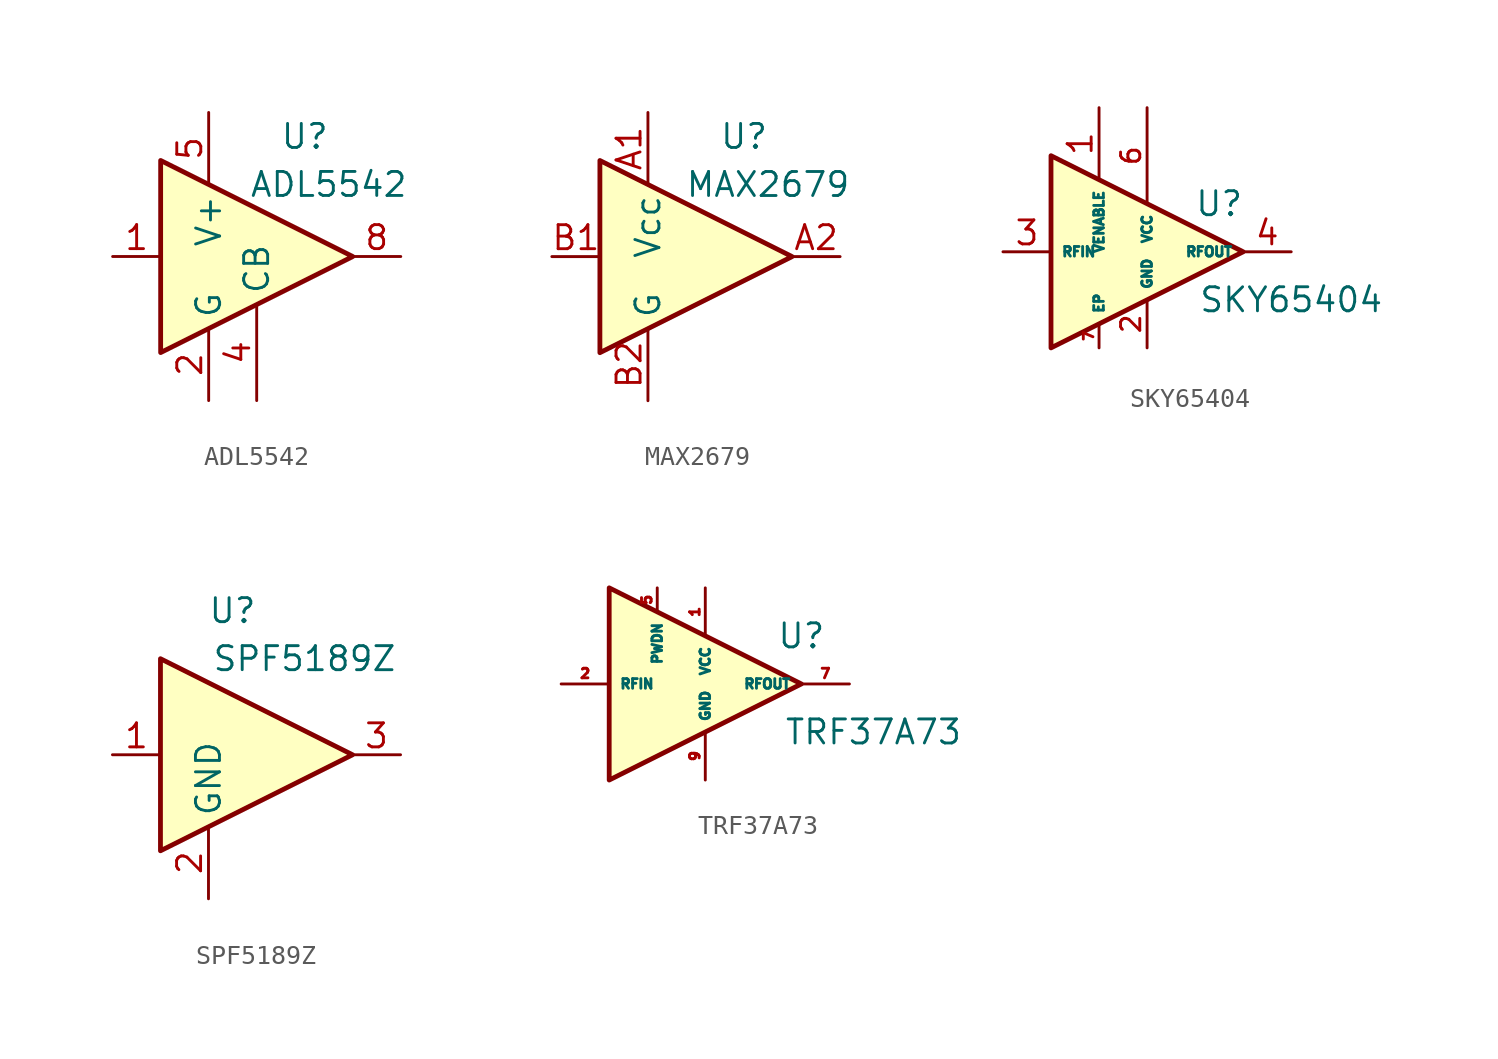
<source format=kicad_sym>
(kicad_symbol_lib
  (version 20201005)
  (generator kicad_symbol_editor)
  (symbol "ADL5542"
    (property "Reference" "U"
      (at 2.54 6.35 0)
      (effects (font (size 1.27 1.27))))
    (property "Value" "ADL5542"
      (at 3.81 3.81 0)
      (effects (font (size 1.27 1.27))))
    (symbol "ADL5542_0_1"
      (polyline (pts (xy 5.08 0) (xy -5.08 5.08) (xy -5.08 -5.08) (xy 5.08 0)) (stroke (width 0.254)) (fill (type background))))
    (symbol "ADL5542_1_1"
      (pin input line (at -7.62 0 0) (length 2.54) (name "~" (effects (font (size 1.27 1.27)))) (number "1" (effects (font (size 1.27 1.27)))))
      (pin power_in line (at -2.54 -7.62 90) (length 3.81) (name "G" (effects (font (size 1.27 1.27)))) (number "2" (effects (font (size 1.27 1.27)))))
      (pin passive line (at 0 -7.62 90) (length 5.08) (name "CB" (effects (font (size 1.27 1.27)))) (number "4" (effects (font (size 1.27 1.27)))))
      (pin power_in line (at -2.54 7.62 270) (length 3.81) (name "V+" (effects (font (size 1.27 1.27)))) (number "5" (effects (font (size 1.27 1.27)))))
      (pin output line (at 7.62 0 180) (length 2.54) (name "~" (effects (font (size 1.27 1.27)))) (number "8" (effects (font (size 1.27 1.27)))))))
  (symbol "MAX2679"
    (property "Reference" "U"
      (at 2.54 6.35 0)
      (effects (font (size 1.27 1.27))))
    (property "Value" "MAX2679"
      (at 3.81 3.81 0)
      (effects (font (size 1.27 1.27))))
    (symbol "MAX2679_0_1"
      (polyline (pts (xy 5.08 0) (xy -5.08 5.08) (xy -5.08 -5.08) (xy 5.08 0)) (stroke (width 0.254)) (fill (type background))))
    (symbol "MAX2679_1_1"
      (pin power_in line (at -2.54 7.62 270) (length 3.81) (name "Vcc" (effects (font (size 1.27 1.27)))) (number "A1" (effects (font (size 1.27 1.27)))))
      (pin output line (at 7.62 0 180) (length 2.54) (name "~" (effects (font (size 1.27 1.27)))) (number "A2" (effects (font (size 1.27 1.27)))))
      (pin input line (at -7.62 0 0) (length 2.54) (name "~" (effects (font (size 1.27 1.27)))) (number "B1" (effects (font (size 1.27 1.27)))))
      (pin power_in line (at -2.54 -7.62 90) (length 3.81) (name "G" (effects (font (size 1.27 1.27)))) (number "B2" (effects (font (size 1.27 1.27)))))))
  (symbol "SKY65404"
    (property "Reference" "U"
      (at 6.35 2.54 0)
      (effects (font (size 1.27 1.27))))
    (property "Value" "SKY65404"
      (at 10.16 -2.54 0)
      (effects (font (size 1.27 1.27))))
    (symbol "SKY65404_0_1"
      (polyline (pts (xy -2.54 5.08) (xy -2.54 -2.54) (xy -2.54 -5.08) (xy 7.62 0) (xy -2.54 5.08)) (stroke (width 0.254)) (fill (type background))))
    (symbol "SKY65404_1_1"
      (pin input line (at 0 7.62 270) (length 3.81) (name "VENABLE" (effects (font (size 0.508 0.508)))) (number "1" (effects (font (size 1.27 1.27)))))
      (pin power_in line (at 2.54 -5.08 90) (length 2.54) (name "GND" (effects (font (size 0.508 0.508)))) (number "2" (effects (font (size 1.016 1.016)))))
      (pin input line (at -5.08 0 0) (length 2.54) (name "RFIN" (effects (font (size 0.508 0.508)))) (number "3" (effects (font (size 1.27 1.27)))))
      (pin output line (at 10.16 0 180) (length 2.54) (name "RFOUT" (effects (font (size 0.508 0.508)))) (number "4" (effects (font (size 1.27 1.27)))))
      (pin passive line (at 2.54 -5.08 90) (length 2.54) hide (name "GND" (effects (font (size 0.508 0.508)))) (number "5" (effects (font (size 1.016 1.016)))))
      (pin power_in line (at 2.54 7.62 270) (length 5.08) (name "VCC" (effects (font (size 0.508 0.508)))) (number "6" (effects (font (size 1.016 1.016)))))
      (pin passive line (at 0 -5.08 90) (length 1.27) (name "EP" (effects (font (size 0.508 0.508)))) (number "7" (effects (font (size 0.508 0.508)))))))
  (symbol "SPF5189Z"
    (property "Reference" "U"
      (at -1.27 7.62 0)
      (effects (font (size 1.27 1.27))))
    (property "Value" "SPF5189Z"
      (at 2.54 5.08 0)
      (effects (font (size 1.27 1.27))))
    (symbol "SPF5189Z_0_1"
      (polyline (pts (xy 5.08 0) (xy -5.08 5.08) (xy -5.08 -5.08) (xy 5.08 0)) (stroke (width 0.254)) (fill (type background))))
    (symbol "SPF5189Z_1_1"
      (pin input line (at -7.62 0 0) (length 2.54) (name "~" (effects (font (size 1.27 1.27)))) (number "1" (effects (font (size 1.27 1.27)))))
      (pin power_in line (at -2.54 -7.62 90) (length 3.81) (name "GND" (effects (font (size 1.27 1.27)))) (number "2" (effects (font (size 1.27 1.27)))))
      (pin output line (at 7.62 0 180) (length 2.54) (name "~" (effects (font (size 1.27 1.27)))) (number "3" (effects (font (size 1.27 1.27)))))))
  (symbol "TRF37A73"
    (property "Reference" "U"
      (at 7.62 2.54 0)
      (effects (font (size 1.27 1.27))))
    (property "Value" "TRF37A73"
      (at 11.43 -2.54 0)
      (effects (font (size 1.27 1.27))))
    (symbol "TRF37A73_0_1"
      (polyline (pts (xy -2.54 5.08) (xy -2.54 0) (xy -2.54 -5.08) (xy 7.62 0) (xy -2.54 5.08)) (stroke (width 0.254)) (fill (type background))))
    (symbol "TRF37A73_1_1"
      (pin power_in line (at 2.54 5.08 270) (length 2.54) (name "VCC" (effects (font (size 0.508 0.508)))) (number "1" (effects (font (size 0.508 0.508)))))
      (pin input line (at -5.08 0 0) (length 2.54) (name "RFIN" (effects (font (size 0.508 0.508)))) (number "2" (effects (font (size 0.508 0.508)))))
      (pin no_connect line (at -2.54 2.54 0) (length 2.54) hide (name "NC" (effects (font (size 0.508 0.508)))) (number "3" (effects (font (size 0.508 0.508)))))
      (pin no_connect line (at -2.54 -2.54 0) (length 2.54) hide (name "NC" (effects (font (size 0.508 0.508)))) (number "4" (effects (font (size 0.508 0.508)))))
      (pin passive line (at 0 5.08 270) (length 1.27) (name "PWDN" (effects (font (size 0.508 0.508)))) (number "5" (effects (font (size 0.508 0.508)))))
      (pin no_connect line (at 2.54 2.54 180) (length 2.54) hide (name "NC" (effects (font (size 0.508 0.508)))) (number "6" (effects (font (size 0.508 0.508)))))
      (pin output line (at 10.16 0 180) (length 2.54) (name "RFOUT" (effects (font (size 0.508 0.508)))) (number "7" (effects (font (size 0.508 0.508)))))
      (pin no_connect line (at 2.54 -2.54 180) (length 2.54) hide (name "NC" (effects (font (size 0.508 0.508)))) (number "8" (effects (font (size 0.508 0.508)))))
      (pin power_in line (at 2.54 -5.08 90) (length 2.54) (name "GND" (effects (font (size 0.508 0.508)))) (number "9" (effects (font (size 0.508 0.508))))))))
</source>
